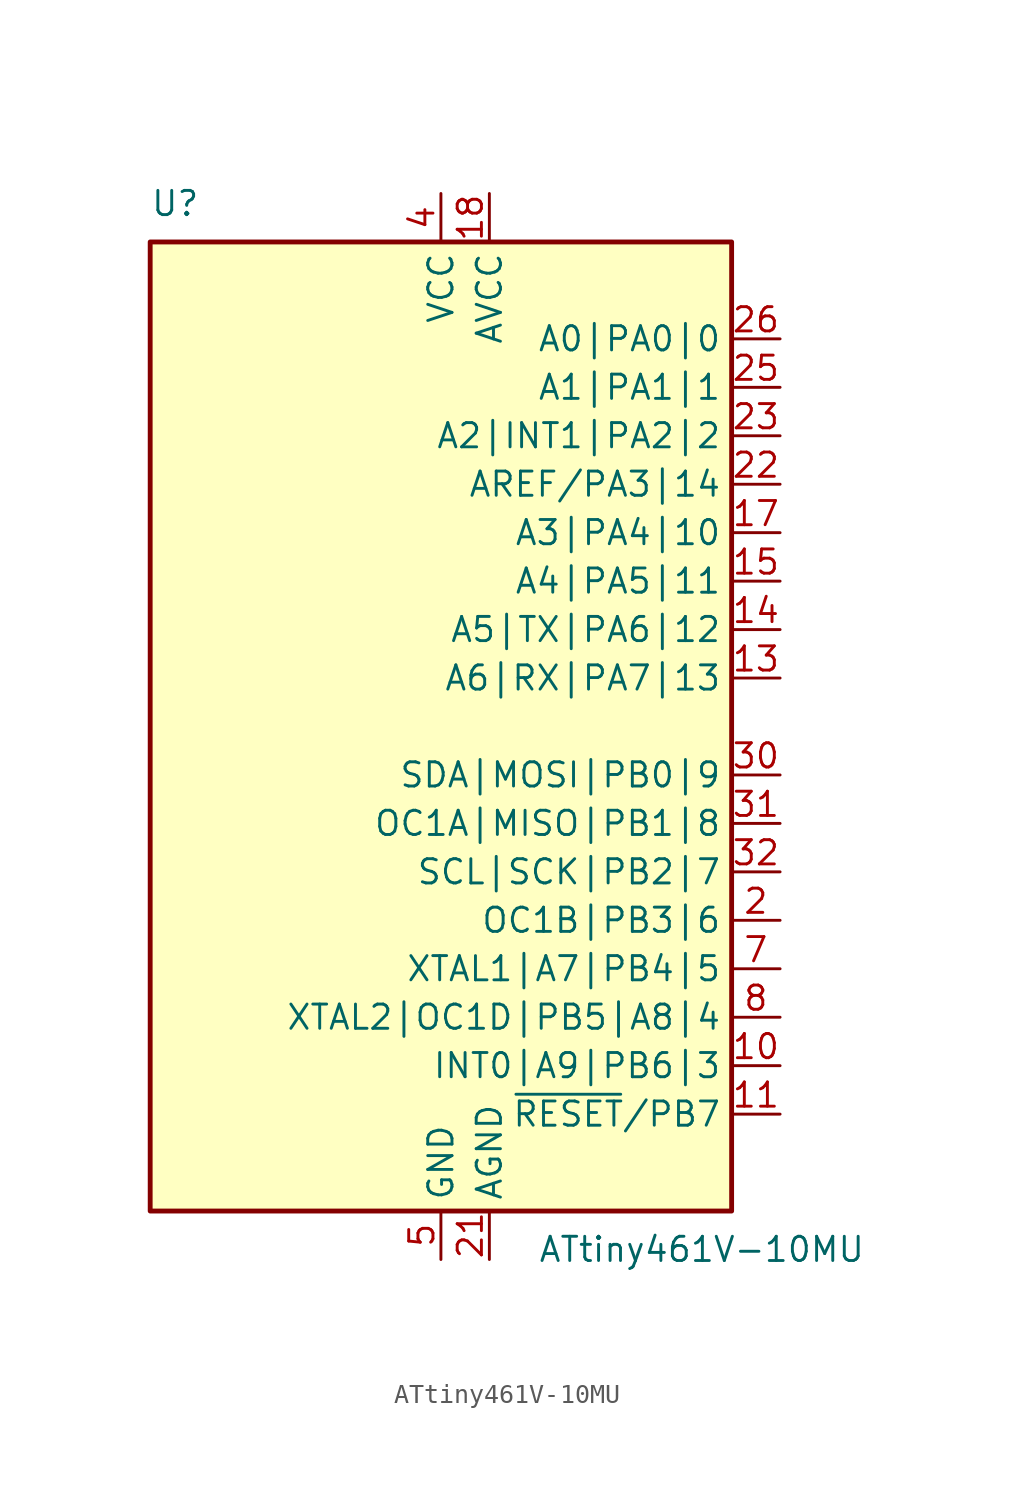
<source format=kicad_sym>
(kicad_symbol_lib
  (version 20241209)
  (generator "kicad_symbol_editor")
  (generator_version "9.0")
  (symbol "ATtiny461V-10MU"
    (property "Reference" "U"
      (at -15.24 26.67 0)
      (effects (font (size 1.27 1.27)) (justify left bottom)))
    (property "Value" "ATtiny461V-10MU"
      (at 5.08 -26.67 0)
      (effects (font (size 1.27 1.27)) (justify left top)))
    (symbol "ATtiny461V-10MU_0_1"
      (rectangle (start -15.24 -25.4) (end 15.24 25.4) (stroke (width 0.254) (type solid)) (fill (type background))))
    (symbol "ATtiny461V-10MU_1_1"
      (pin no_connect line (at -15.24 5.08 0) (length 2.54) (hide yes) (name "NC" (effects (font (size 1.27 1.27)))) (number "1" (effects (font (size 1.27 1.27)))))
      (pin no_connect line (at -15.24 2.54 0) (length 2.54) (hide yes) (name "NC" (effects (font (size 1.27 1.27)))) (number "3" (effects (font (size 1.27 1.27)))))
      (pin no_connect line (at -15.24 0 0) (length 2.54) (hide yes) (name "NC" (effects (font (size 1.27 1.27)))) (number "6" (effects (font (size 1.27 1.27)))))
      (pin no_connect line (at -15.24 -2.54 0) (length 2.54) (hide yes) (name "NC" (effects (font (size 1.27 1.27)))) (number "9" (effects (font (size 1.27 1.27)))))
      (pin no_connect line (at -15.24 -5.08 0) (length 2.54) (hide yes) (name "NC" (effects (font (size 1.27 1.27)))) (number "12" (effects (font (size 1.27 1.27)))))
      (pin no_connect line (at -15.24 -7.62 0) (length 2.54) (hide yes) (name "NC" (effects (font (size 1.27 1.27)))) (number "16" (effects (font (size 1.27 1.27)))))
      (pin no_connect line (at -15.24 -10.16 0) (length 2.54) (hide yes) (name "NC" (effects (font (size 1.27 1.27)))) (number "19" (effects (font (size 1.27 1.27)))))
      (pin no_connect line (at -15.24 -12.7 0) (length 2.54) (hide yes) (name "NC" (effects (font (size 1.27 1.27)))) (number "20" (effects (font (size 1.27 1.27)))))
      (pin no_connect line (at -15.24 -15.24 0) (length 2.54) (hide yes) (name "NC" (effects (font (size 1.27 1.27)))) (number "24" (effects (font (size 1.27 1.27)))))
      (pin no_connect line (at -15.24 -17.78 0) (length 2.54) (hide yes) (name "NC" (effects (font (size 1.27 1.27)))) (number "27" (effects (font (size 1.27 1.27)))))
      (pin no_connect line (at -15.24 -20.32 0) (length 2.54) (hide yes) (name "NC" (effects (font (size 1.27 1.27)))) (number "28" (effects (font (size 1.27 1.27)))))
      (pin no_connect line (at -15.24 -22.86 0) (length 2.54) (hide yes) (name "NC" (effects (font (size 1.27 1.27)))) (number "29" (effects (font (size 1.27 1.27)))))
      (pin power_in line (at 0 27.94 270) (length 2.54) (name "VCC" (effects (font (size 1.27 1.27)))) (number "4" (effects (font (size 1.27 1.27)))))
      (pin passive line (at 0 -27.94 90) (length 2.54) (hide yes) (name "GND" (effects (font (size 1.27 1.27)))) (number "33" (effects (font (size 1.27 1.27)))))
      (pin power_in line (at 0 -27.94 90) (length 2.54) (name "GND" (effects (font (size 1.27 1.27)))) (number "5" (effects (font (size 1.27 1.27)))))
      (pin power_in line (at 2.54 27.94 270) (length 2.54) (name "AVCC" (effects (font (size 1.27 1.27)))) (number "18" (effects (font (size 1.27 1.27)))))
      (pin power_in line (at 2.54 -27.94 90) (length 2.54) (name "AGND" (effects (font (size 1.27 1.27)))) (number "21" (effects (font (size 1.27 1.27)))))
      (pin bidirectional line (at 17.78 20.32 180) (length 2.54) (name "A0|PA0|0" (effects (font (size 1.27 1.27)))) (number "26" (effects (font (size 1.27 1.27)))))
      (pin bidirectional line (at 17.78 17.78 180) (length 2.54) (name "A1|PA1|1" (effects (font (size 1.27 1.27)))) (number "25" (effects (font (size 1.27 1.27)))))
      (pin bidirectional line (at 17.78 15.24 180) (length 2.54) (name "A2|INT1|PA2|2" (effects (font (size 1.27 1.27)))) (number "23" (effects (font (size 1.27 1.27)))))
      (pin bidirectional line (at 17.78 12.7 180) (length 2.54) (name "AREF/PA3|14" (effects (font (size 1.27 1.27)))) (number "22" (effects (font (size 1.27 1.27)))))
      (pin bidirectional line (at 17.78 10.16 180) (length 2.54) (name "A3|PA4|10" (effects (font (size 1.27 1.27)))) (number "17" (effects (font (size 1.27 1.27)))))
      (pin bidirectional line (at 17.78 7.62 180) (length 2.54) (name "A4|PA5|11" (effects (font (size 1.27 1.27)))) (number "15" (effects (font (size 1.27 1.27)))))
      (pin bidirectional line (at 17.78 5.08 180) (length 2.54) (name "A5|TX|PA6|12" (effects (font (size 1.27 1.27)))) (number "14" (effects (font (size 1.27 1.27)))))
      (pin bidirectional line (at 17.78 2.54 180) (length 2.54) (name "A6|RX|PA7|13" (effects (font (size 1.27 1.27)))) (number "13" (effects (font (size 1.27 1.27)))))
      (pin bidirectional line (at 17.78 -2.54 180) (length 2.54) (name "SDA|MOSI|PB0|9" (effects (font (size 1.27 1.27)))) (number "30" (effects (font (size 1.27 1.27)))))
      (pin bidirectional line (at 17.78 -5.08 180) (length 2.54) (name "OC1A|MISO|PB1|8" (effects (font (size 1.27 1.27)))) (number "31" (effects (font (size 1.27 1.27)))))
      (pin bidirectional line (at 17.78 -7.62 180) (length 2.54) (name "SCL|SCK|PB2|7" (effects (font (size 1.27 1.27)))) (number "32" (effects (font (size 1.27 1.27)))))
      (pin bidirectional line (at 17.78 -10.16 180) (length 2.54) (name "OC1B|PB3|6" (effects (font (size 1.27 1.27)))) (number "2" (effects (font (size 1.27 1.27)))))
      (pin bidirectional line (at 17.78 -12.7 180) (length 2.54) (name "XTAL1|A7|PB4|5" (effects (font (size 1.27 1.27)))) (number "7" (effects (font (size 1.27 1.27)))))
      (pin bidirectional line (at 17.78 -15.24 180) (length 2.54) (name "XTAL2|OC1D|PB5|A8|4" (effects (font (size 1.27 1.27)))) (number "8" (effects (font (size 1.27 1.27)))))
      (pin bidirectional line (at 17.78 -17.78 180) (length 2.54) (name "INT0|A9|PB6|3" (effects (font (size 1.27 1.27)))) (number "10" (effects (font (size 1.27 1.27)))))
      (pin bidirectional line (at 17.78 -20.32 180) (length 2.54) (name "~{RESET}/PB7" (effects (font (size 1.27 1.27)))) (number "11" (effects (font (size 1.27 1.27))))))))
</source>
